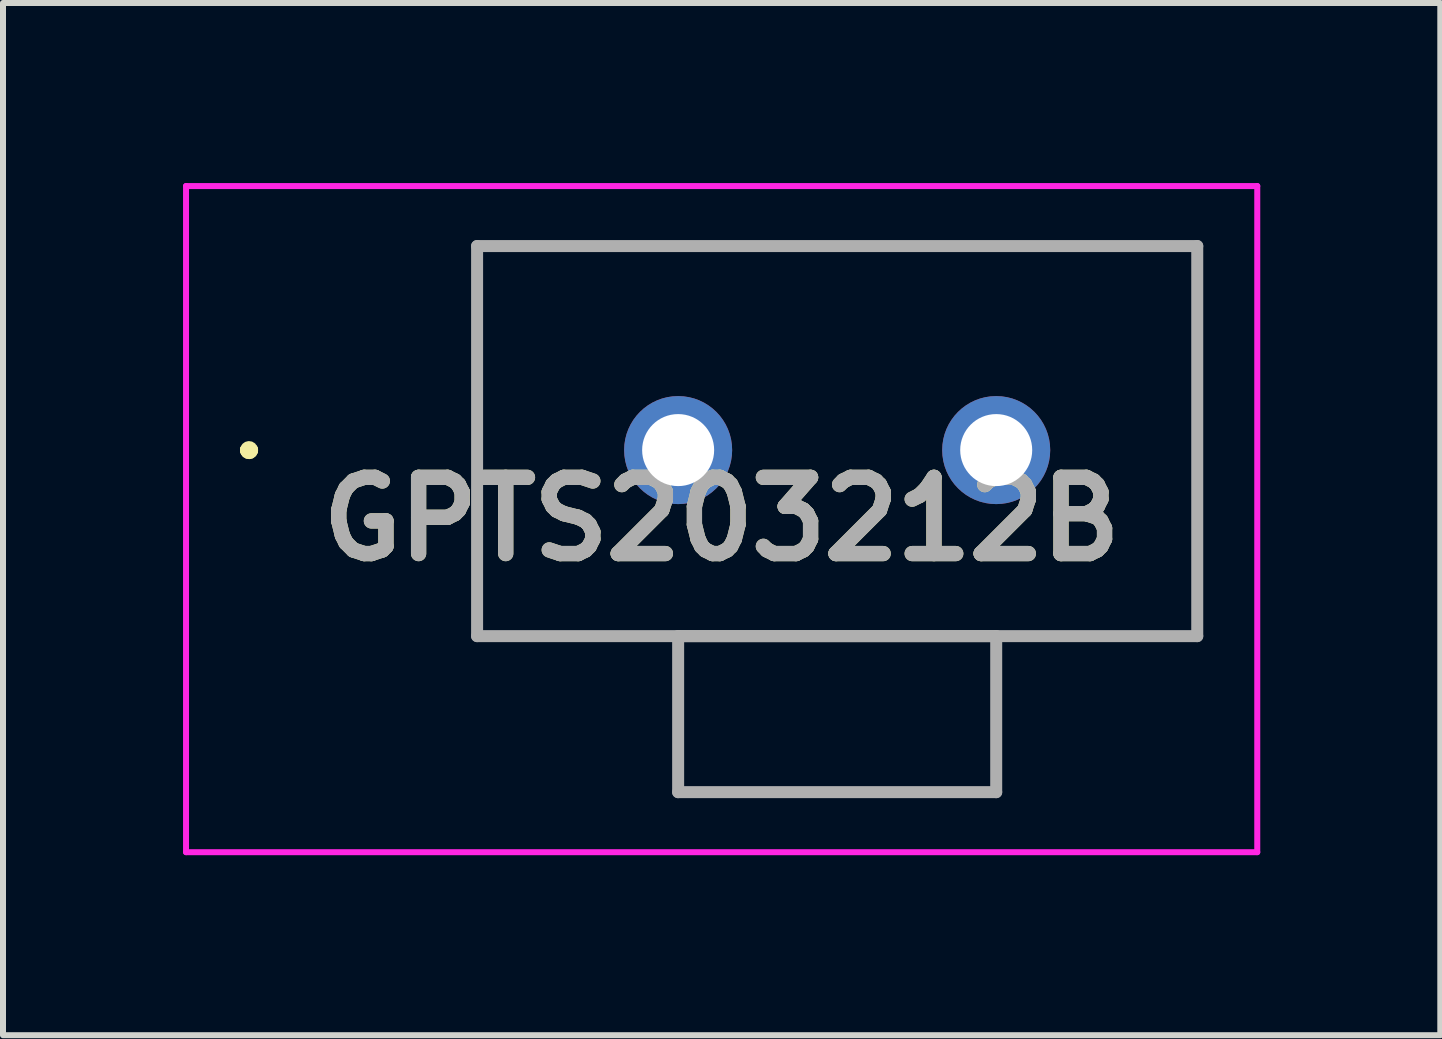
<source format=kicad_pcb>
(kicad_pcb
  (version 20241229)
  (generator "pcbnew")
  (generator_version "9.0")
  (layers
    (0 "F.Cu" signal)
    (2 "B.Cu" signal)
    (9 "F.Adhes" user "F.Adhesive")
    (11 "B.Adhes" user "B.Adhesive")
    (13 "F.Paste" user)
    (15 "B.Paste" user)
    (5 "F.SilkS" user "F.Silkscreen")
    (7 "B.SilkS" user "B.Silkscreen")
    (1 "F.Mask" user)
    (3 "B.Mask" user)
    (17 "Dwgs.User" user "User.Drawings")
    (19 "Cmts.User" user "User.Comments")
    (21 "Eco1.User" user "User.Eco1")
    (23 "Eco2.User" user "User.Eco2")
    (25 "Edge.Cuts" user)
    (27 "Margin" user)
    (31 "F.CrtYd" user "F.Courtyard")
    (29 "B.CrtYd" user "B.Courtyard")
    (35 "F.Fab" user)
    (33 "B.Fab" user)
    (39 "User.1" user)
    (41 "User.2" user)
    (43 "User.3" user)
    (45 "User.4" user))
  (footprint "GPTS203212B"
    (layer "F.Cu")
    (at 8.25 4.45)
    (property "Reference" "GPTS203212B" (at 0.725 1.15 0) (layer "F.SilkS") (effects (font (size 1.27 1.27) (thickness 0.254))))
    (attr through_hole)
    (fp_line (start -7.2 0) (end -7.2 0) (stroke (width 0.2) (type solid)) (layer "F.SilkS"))
    (fp_line (start -7.2 0) (end -7.2 0) (stroke (width 0.2) (type solid)) (layer "F.SilkS"))
    (fp_line (start -7.1 0) (end -7.1 0) (stroke (width 0.2) (type solid)) (layer "F.SilkS"))
    (fp_line (start -3.35 -3.4) (end -3.35 3.1) (stroke (width 0.1) (type solid)) (layer "F.SilkS"))
    (fp_line (start -3.35 3.1) (end 8.65 3.1) (stroke (width 0.1) (type solid)) (layer "F.SilkS"))
    (fp_line (start 0 3.1) (end 0 5.7) (stroke (width 0.1) (type solid)) (layer "F.SilkS"))
    (fp_line (start 0 5.7) (end 5.3 5.7) (stroke (width 0.1) (type solid)) (layer "F.SilkS"))
    (fp_line (start 5.3 3.1) (end 0 3.1) (stroke (width 0.1) (type solid)) (layer "F.SilkS"))
    (fp_line (start 5.3 5.7) (end 5.3 3.1) (stroke (width 0.1) (type solid)) (layer "F.SilkS"))
    (fp_line (start 8.65 -3.4) (end -3.35 -3.4) (stroke (width 0.1) (type solid)) (layer "F.SilkS"))
    (fp_line (start 8.65 3.1) (end 8.65 -3.4) (stroke (width 0.1) (type solid)) (layer "F.SilkS"))
    (fp_arc (start -7.2 0) (mid -7.15 -0.05) (end -7.1 0) (stroke (width 0.2) (type solid)) (layer "F.SilkS"))
    (fp_arc (start -7.1 0) (mid -7.15 0.05) (end -7.2 0) (stroke (width 0.2) (type solid)) (layer "F.SilkS"))
    (fp_arc (start -7.1 0) (mid -7.15 0.05) (end -7.2 0) (stroke (width 0.2) (type solid)) (layer "F.SilkS"))
    (fp_line (start -8.2 -4.4) (end -8.2 6.7) (stroke (width 0.1) (type solid)) (layer "F.CrtYd"))
    (fp_line (start -8.2 6.7) (end 9.65 6.7) (stroke (width 0.1) (type solid)) (layer "F.CrtYd"))
    (fp_line (start 9.65 -4.4) (end -8.2 -4.4) (stroke (width 0.1) (type solid)) (layer "F.CrtYd"))
    (fp_line (start 9.65 6.7) (end 9.65 -4.4) (stroke (width 0.1) (type solid)) (layer "F.CrtYd"))
    (fp_line (start -3.35 -3.4) (end 8.65 -3.4) (stroke (width 0.2) (type solid)) (layer "F.Fab"))
    (fp_line (start -3.35 3.1) (end -3.35 -3.4) (stroke (width 0.2) (type solid)) (layer "F.Fab"))
    (fp_line (start 0 3.1) (end 0 5.7) (stroke (width 0.2) (type solid)) (layer "F.Fab"))
    (fp_line (start 0 5.7) (end 5.3 5.7) (stroke (width 0.2) (type solid)) (layer "F.Fab"))
    (fp_line (start 5.3 3.1) (end 0 3.1) (stroke (width 0.2) (type solid)) (layer "F.Fab"))
    (fp_line (start 5.3 5.7) (end 5.3 3.1) (stroke (width 0.2) (type solid)) (layer "F.Fab"))
    (fp_line (start 8.65 -3.4) (end 8.65 3.1) (stroke (width 0.2) (type solid)) (layer "F.Fab"))
    (fp_line (start 8.65 3.1) (end -3.35 3.1) (stroke (width 0.2) (type solid)) (layer "F.Fab"))
    (fp_text user "${REFERENCE}" (at 0.725 1.15 0) (layer "F.Fab") (effects (font (size 1.27 1.27) (thickness 0.254))))
    (pad "1" thru_hole circle (at 0 0) (size 1.8 1.8) (drill 1.2) (layers "*.Cu" "*.Mask"))
    (pad "6" thru_hole circle (at 5.3 0) (size 1.8 1.8) (drill 1.2) (layers "*.Cu" "*.Mask")))
  (gr_rect
    (start -3 -3)
    (end 20.95 14.2)
    (stroke (width 0.1) (type default))
    (fill no)
    (layer "Edge.Cuts")))
</source>
